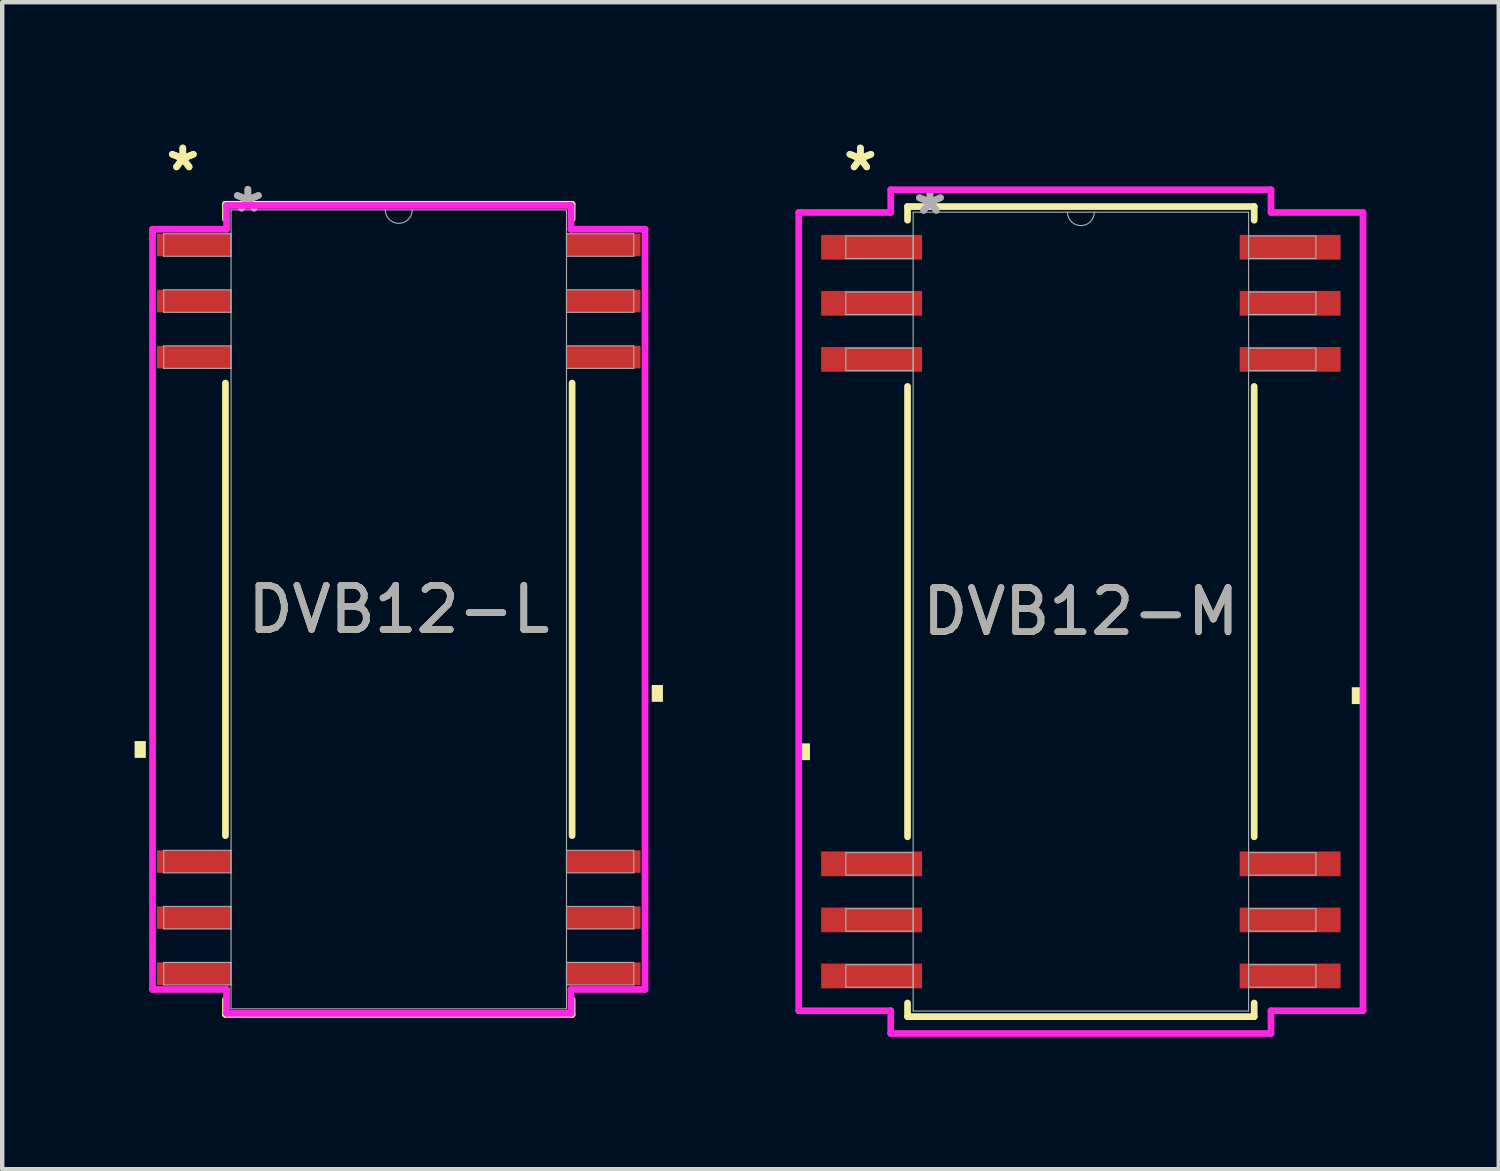
<source format=kicad_pcb>
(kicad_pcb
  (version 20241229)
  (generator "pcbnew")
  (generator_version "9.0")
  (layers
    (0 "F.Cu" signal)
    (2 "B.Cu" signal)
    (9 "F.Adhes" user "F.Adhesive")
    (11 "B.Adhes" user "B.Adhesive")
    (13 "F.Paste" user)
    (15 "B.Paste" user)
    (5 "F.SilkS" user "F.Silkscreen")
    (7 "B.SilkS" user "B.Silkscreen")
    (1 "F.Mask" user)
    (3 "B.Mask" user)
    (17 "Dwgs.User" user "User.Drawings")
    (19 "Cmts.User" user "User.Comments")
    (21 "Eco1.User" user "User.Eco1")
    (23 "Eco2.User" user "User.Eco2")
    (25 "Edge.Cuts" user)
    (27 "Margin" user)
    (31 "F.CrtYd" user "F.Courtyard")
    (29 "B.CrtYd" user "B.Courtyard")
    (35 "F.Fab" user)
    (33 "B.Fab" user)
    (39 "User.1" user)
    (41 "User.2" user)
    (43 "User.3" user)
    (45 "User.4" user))
  (footprint "DVB12-L"
    (layer "F.Cu")
    (at 5.985 10.756)
    (property "Reference" "DVB12-L" (at 0 0 0) (unlocked yes) (layer "F.SilkS") (effects (font (size 1 1) (thickness 0.15))))
    (attr smd)
    (fp_line (start -3.927 -9.177) (end -3.927 -8.843) (stroke (width 0.152) (type solid)) (layer "F.SilkS"))
    (fp_line (start -3.927 -5.127) (end -3.927 5.127) (stroke (width 0.152) (type solid)) (layer "F.SilkS"))
    (fp_line (start -3.927 8.843) (end -3.927 9.177) (stroke (width 0.152) (type solid)) (layer "F.SilkS"))
    (fp_line (start -3.927 9.177) (end 3.927 9.177) (stroke (width 0.152) (type solid)) (layer "F.SilkS"))
    (fp_line (start 3.927 -9.177) (end -3.927 -9.177) (stroke (width 0.152) (type solid)) (layer "F.SilkS"))
    (fp_line (start 3.927 -8.843) (end 3.927 -9.177) (stroke (width 0.152) (type solid)) (layer "F.SilkS"))
    (fp_line (start 3.927 5.127) (end 3.927 -5.127) (stroke (width 0.152) (type solid)) (layer "F.SilkS"))
    (fp_line (start 3.927 9.177) (end 3.927 8.843) (stroke (width 0.152) (type solid)) (layer "F.SilkS"))
    (fp_poly (pts (xy -5.985 2.985) (xy -5.985 3.365) (xy -5.731 3.365) (xy -5.731 2.985)) (stroke (width 0) (type solid)) (fill yes) (layer "F.SilkS"))
    (fp_poly (pts (xy 5.985 1.714) (xy 5.985 2.095) (xy 5.731 2.095) (xy 5.731 1.714)) (stroke (width 0) (type solid)) (fill yes) (layer "F.SilkS"))
    (fp_line (start -5.579 -8.612) (end -3.902 -8.612) (stroke (width 0.152) (type solid)) (layer "F.CrtYd"))
    (fp_line (start -5.579 8.612) (end -5.579 -8.612) (stroke (width 0.152) (type solid)) (layer "F.CrtYd"))
    (fp_line (start -5.579 8.612) (end -3.902 8.612) (stroke (width 0.152) (type solid)) (layer "F.CrtYd"))
    (fp_line (start -3.902 -9.152) (end 3.902 -9.152) (stroke (width 0.152) (type solid)) (layer "F.CrtYd"))
    (fp_line (start -3.902 -8.612) (end -3.902 -9.152) (stroke (width 0.152) (type solid)) (layer "F.CrtYd"))
    (fp_line (start -3.902 9.152) (end -3.902 8.612) (stroke (width 0.152) (type solid)) (layer "F.CrtYd"))
    (fp_line (start 3.902 -9.152) (end 3.902 -8.612) (stroke (width 0.152) (type solid)) (layer "F.CrtYd"))
    (fp_line (start 3.902 8.612) (end 3.902 9.152) (stroke (width 0.152) (type solid)) (layer "F.CrtYd"))
    (fp_line (start 3.902 9.152) (end -3.902 9.152) (stroke (width 0.152) (type solid)) (layer "F.CrtYd"))
    (fp_line (start 5.579 -8.612) (end 3.902 -8.612) (stroke (width 0.152) (type solid)) (layer "F.CrtYd"))
    (fp_line (start 5.579 -8.612) (end 5.579 8.612) (stroke (width 0.152) (type solid)) (layer "F.CrtYd"))
    (fp_line (start 5.579 8.612) (end 3.902 8.612) (stroke (width 0.152) (type solid)) (layer "F.CrtYd"))
    (fp_line (start -5.325 -8.51) (end -5.325 -8) (stroke (width 0.025) (type solid)) (layer "F.Fab"))
    (fp_line (start -5.325 -8) (end -3.8 -8) (stroke (width 0.025) (type solid)) (layer "F.Fab"))
    (fp_line (start -5.325 -7.24) (end -5.325 -6.73) (stroke (width 0.025) (type solid)) (layer "F.Fab"))
    (fp_line (start -5.325 -6.73) (end -3.8 -6.73) (stroke (width 0.025) (type solid)) (layer "F.Fab"))
    (fp_line (start -5.325 -5.97) (end -5.325 -5.46) (stroke (width 0.025) (type solid)) (layer "F.Fab"))
    (fp_line (start -5.325 -5.46) (end -3.8 -5.46) (stroke (width 0.025) (type solid)) (layer "F.Fab"))
    (fp_line (start -5.325 5.46) (end -5.325 5.97) (stroke (width 0.025) (type solid)) (layer "F.Fab"))
    (fp_line (start -5.325 5.97) (end -3.8 5.97) (stroke (width 0.025) (type solid)) (layer "F.Fab"))
    (fp_line (start -5.325 6.73) (end -5.325 7.24) (stroke (width 0.025) (type solid)) (layer "F.Fab"))
    (fp_line (start -5.325 7.24) (end -3.8 7.24) (stroke (width 0.025) (type solid)) (layer "F.Fab"))
    (fp_line (start -5.325 8) (end -5.325 8.51) (stroke (width 0.025) (type solid)) (layer "F.Fab"))
    (fp_line (start -5.325 8.51) (end -3.8 8.51) (stroke (width 0.025) (type solid)) (layer "F.Fab"))
    (fp_line (start -3.8 -9.05) (end -3.8 9.05) (stroke (width 0.025) (type solid)) (layer "F.Fab"))
    (fp_line (start -3.8 -8.51) (end -5.325 -8.51) (stroke (width 0.025) (type solid)) (layer "F.Fab"))
    (fp_line (start -3.8 -8) (end -3.8 -8.51) (stroke (width 0.025) (type solid)) (layer "F.Fab"))
    (fp_line (start -3.8 -7.24) (end -5.325 -7.24) (stroke (width 0.025) (type solid)) (layer "F.Fab"))
    (fp_line (start -3.8 -6.73) (end -3.8 -7.24) (stroke (width 0.025) (type solid)) (layer "F.Fab"))
    (fp_line (start -3.8 -5.97) (end -5.325 -5.97) (stroke (width 0.025) (type solid)) (layer "F.Fab"))
    (fp_line (start -3.8 -5.46) (end -3.8 -5.97) (stroke (width 0.025) (type solid)) (layer "F.Fab"))
    (fp_line (start -3.8 5.46) (end -5.325 5.46) (stroke (width 0.025) (type solid)) (layer "F.Fab"))
    (fp_line (start -3.8 5.97) (end -3.8 5.46) (stroke (width 0.025) (type solid)) (layer "F.Fab"))
    (fp_line (start -3.8 6.73) (end -5.325 6.73) (stroke (width 0.025) (type solid)) (layer "F.Fab"))
    (fp_line (start -3.8 7.24) (end -3.8 6.73) (stroke (width 0.025) (type solid)) (layer "F.Fab"))
    (fp_line (start -3.8 8) (end -5.325 8) (stroke (width 0.025) (type solid)) (layer "F.Fab"))
    (fp_line (start -3.8 8.51) (end -3.8 8) (stroke (width 0.025) (type solid)) (layer "F.Fab"))
    (fp_line (start -3.8 9.05) (end 3.8 9.05) (stroke (width 0.025) (type solid)) (layer "F.Fab"))
    (fp_line (start 3.8 -9.05) (end -3.8 -9.05) (stroke (width 0.025) (type solid)) (layer "F.Fab"))
    (fp_line (start 3.8 -8.51) (end 3.8 -8) (stroke (width 0.025) (type solid)) (layer "F.Fab"))
    (fp_line (start 3.8 -8) (end 5.325 -8) (stroke (width 0.025) (type solid)) (layer "F.Fab"))
    (fp_line (start 3.8 -7.24) (end 3.8 -6.73) (stroke (width 0.025) (type solid)) (layer "F.Fab"))
    (fp_line (start 3.8 -6.73) (end 5.325 -6.73) (stroke (width 0.025) (type solid)) (layer "F.Fab"))
    (fp_line (start 3.8 -5.97) (end 3.8 -5.46) (stroke (width 0.025) (type solid)) (layer "F.Fab"))
    (fp_line (start 3.8 -5.46) (end 5.325 -5.46) (stroke (width 0.025) (type solid)) (layer "F.Fab"))
    (fp_line (start 3.8 5.46) (end 3.8 5.97) (stroke (width 0.025) (type solid)) (layer "F.Fab"))
    (fp_line (start 3.8 5.97) (end 5.325 5.97) (stroke (width 0.025) (type solid)) (layer "F.Fab"))
    (fp_line (start 3.8 6.73) (end 3.8 7.24) (stroke (width 0.025) (type solid)) (layer "F.Fab"))
    (fp_line (start 3.8 7.24) (end 5.325 7.24) (stroke (width 0.025) (type solid)) (layer "F.Fab"))
    (fp_line (start 3.8 8) (end 3.8 8.51) (stroke (width 0.025) (type solid)) (layer "F.Fab"))
    (fp_line (start 3.8 8.51) (end 5.325 8.51) (stroke (width 0.025) (type solid)) (layer "F.Fab"))
    (fp_line (start 3.8 9.05) (end 3.8 -9.05) (stroke (width 0.025) (type solid)) (layer "F.Fab"))
    (fp_line (start 5.325 -8.51) (end 3.8 -8.51) (stroke (width 0.025) (type solid)) (layer "F.Fab"))
    (fp_line (start 5.325 -8) (end 5.325 -8.51) (stroke (width 0.025) (type solid)) (layer "F.Fab"))
    (fp_line (start 5.325 -7.24) (end 3.8 -7.24) (stroke (width 0.025) (type solid)) (layer "F.Fab"))
    (fp_line (start 5.325 -6.73) (end 5.325 -7.24) (stroke (width 0.025) (type solid)) (layer "F.Fab"))
    (fp_line (start 5.325 -5.97) (end 3.8 -5.97) (stroke (width 0.025) (type solid)) (layer "F.Fab"))
    (fp_line (start 5.325 -5.46) (end 5.325 -5.97) (stroke (width 0.025) (type solid)) (layer "F.Fab"))
    (fp_line (start 5.325 5.46) (end 3.8 5.46) (stroke (width 0.025) (type solid)) (layer "F.Fab"))
    (fp_line (start 5.325 5.97) (end 5.325 5.46) (stroke (width 0.025) (type solid)) (layer "F.Fab"))
    (fp_line (start 5.325 6.73) (end 3.8 6.73) (stroke (width 0.025) (type solid)) (layer "F.Fab"))
    (fp_line (start 5.325 7.24) (end 5.325 6.73) (stroke (width 0.025) (type solid)) (layer "F.Fab"))
    (fp_line (start 5.325 8) (end 3.8 8) (stroke (width 0.025) (type solid)) (layer "F.Fab"))
    (fp_line (start 5.325 8.51) (end 5.325 8) (stroke (width 0.025) (type solid)) (layer "F.Fab"))
    (fp_arc (start 0.3048 -9.05) (mid 0 -8.7452) (end -0.3048 -9.05) (stroke (width 0.0254) (type solid)) (layer "F.Fab"))
    (fp_text user "*" (at -4.893 -9.908 0) (layer "F.SilkS") (effects (font (size 1 1) (thickness 0.15))))
    (fp_text user "*" (at -4.893 -9.908 0) (unlocked yes) (layer "F.SilkS") (effects (font (size 1 1) (thickness 0.15))))
    (fp_text user "${REFERENCE}" (at 0 0 0) (unlocked yes) (layer "F.Fab") (effects (font (size 1 1) (thickness 0.15))))
    (fp_text user "*" (at -3.419 -8.974 0) (unlocked yes) (layer "F.Fab") (effects (font (size 1 1) (thickness 0.15))))
    (fp_text user "*" (at -3.419 -8.974 0) (layer "F.Fab") (effects (font (size 1 1) (thickness 0.15))))
    (pad "1" smd rect (at -4.639 -8.255) (size 1.676 0.51) (layers "F.Cu" "F.Mask" "F.Paste"))
    (pad "2" smd rect (at -4.639 -6.985) (size 1.676 0.51) (layers "F.Cu" "F.Mask" "F.Paste"))
    (pad "3" smd rect (at -4.639 -5.715) (size 1.676 0.51) (layers "F.Cu" "F.Mask" "F.Paste"))
    (pad "12" smd rect (at -4.639 5.715) (size 1.676 0.51) (layers "F.Cu" "F.Mask" "F.Paste"))
    (pad "13" smd rect (at -4.639 6.985) (size 1.676 0.51) (layers "F.Cu" "F.Mask" "F.Paste"))
    (pad "14" smd rect (at -4.639 8.255) (size 1.676 0.51) (layers "F.Cu" "F.Mask" "F.Paste"))
    (pad "15" smd rect (at 4.639 8.255) (size 1.676 0.51) (layers "F.Cu" "F.Mask" "F.Paste"))
    (pad "16" smd rect (at 4.639 6.985) (size 1.676 0.51) (layers "F.Cu" "F.Mask" "F.Paste"))
    (pad "17" smd rect (at 4.639 5.715) (size 1.676 0.51) (layers "F.Cu" "F.Mask" "F.Paste"))
    (pad "26" smd rect (at 4.639 -5.715) (size 1.676 0.51) (layers "F.Cu" "F.Mask" "F.Paste"))
    (pad "27" smd rect (at 4.639 -6.985) (size 1.676 0.51) (layers "F.Cu" "F.Mask" "F.Paste"))
    (pad "28" smd rect (at 4.639 -8.255) (size 1.676 0.51) (layers "F.Cu" "F.Mask" "F.Paste")))
  (footprint "DVB12-M"
    (layer "F.Cu")
    (at 21.439 10.807)
    (property "Reference" "DVB12-M" (at 0 0 0) (unlocked yes) (layer "F.SilkS") (effects (font (size 1 1) (thickness 0.15))))
    (attr smd)
    (fp_line (start -3.927 -9.177) (end -3.927 -8.868) (stroke (width 0.152) (type solid)) (layer "F.SilkS"))
    (fp_line (start -3.927 -5.102) (end -3.927 5.102) (stroke (width 0.152) (type solid)) (layer "F.SilkS"))
    (fp_line (start -3.927 8.868) (end -3.927 9.177) (stroke (width 0.152) (type solid)) (layer "F.SilkS"))
    (fp_line (start -3.927 9.177) (end 3.927 9.177) (stroke (width 0.152) (type solid)) (layer "F.SilkS"))
    (fp_line (start 3.927 -9.177) (end -3.927 -9.177) (stroke (width 0.152) (type solid)) (layer "F.SilkS"))
    (fp_line (start 3.927 -8.868) (end 3.927 -9.177) (stroke (width 0.152) (type solid)) (layer "F.SilkS"))
    (fp_line (start 3.927 5.102) (end 3.927 -5.102) (stroke (width 0.152) (type solid)) (layer "F.SilkS"))
    (fp_line (start 3.927 9.177) (end 3.927 8.868) (stroke (width 0.152) (type solid)) (layer "F.SilkS"))
    (fp_poly (pts (xy -6.392 2.985) (xy -6.392 3.365) (xy -6.138 3.365) (xy -6.138 2.985)) (stroke (width 0) (type solid)) (fill yes) (layer "F.SilkS"))
    (fp_poly (pts (xy 6.392 1.714) (xy 6.392 2.095) (xy 6.138 2.095) (xy 6.138 1.714)) (stroke (width 0) (type solid)) (fill yes) (layer "F.SilkS"))
    (fp_line (start -6.392 -9.043) (end -4.308 -9.043) (stroke (width 0.152) (type solid)) (layer "F.CrtYd"))
    (fp_line (start -6.392 9.043) (end -6.392 -9.043) (stroke (width 0.152) (type solid)) (layer "F.CrtYd"))
    (fp_line (start -6.392 9.043) (end -4.308 9.043) (stroke (width 0.152) (type solid)) (layer "F.CrtYd"))
    (fp_line (start -4.308 -9.558) (end 4.308 -9.558) (stroke (width 0.152) (type solid)) (layer "F.CrtYd"))
    (fp_line (start -4.308 -9.043) (end -4.308 -9.558) (stroke (width 0.152) (type solid)) (layer "F.CrtYd"))
    (fp_line (start -4.308 9.558) (end -4.308 9.043) (stroke (width 0.152) (type solid)) (layer "F.CrtYd"))
    (fp_line (start 4.308 -9.558) (end 4.308 -9.043) (stroke (width 0.152) (type solid)) (layer "F.CrtYd"))
    (fp_line (start 4.308 9.043) (end 4.308 9.558) (stroke (width 0.152) (type solid)) (layer "F.CrtYd"))
    (fp_line (start 4.308 9.558) (end -4.308 9.558) (stroke (width 0.152) (type solid)) (layer "F.CrtYd"))
    (fp_line (start 6.392 -9.043) (end 4.308 -9.043) (stroke (width 0.152) (type solid)) (layer "F.CrtYd"))
    (fp_line (start 6.392 -9.043) (end 6.392 9.043) (stroke (width 0.152) (type solid)) (layer "F.CrtYd"))
    (fp_line (start 6.392 9.043) (end 4.308 9.043) (stroke (width 0.152) (type solid)) (layer "F.CrtYd"))
    (fp_line (start -5.325 -8.51) (end -5.325 -8) (stroke (width 0.025) (type solid)) (layer "F.Fab"))
    (fp_line (start -5.325 -8) (end -3.8 -8) (stroke (width 0.025) (type solid)) (layer "F.Fab"))
    (fp_line (start -5.325 -7.24) (end -5.325 -6.73) (stroke (width 0.025) (type solid)) (layer "F.Fab"))
    (fp_line (start -5.325 -6.73) (end -3.8 -6.73) (stroke (width 0.025) (type solid)) (layer "F.Fab"))
    (fp_line (start -5.325 -5.97) (end -5.325 -5.46) (stroke (width 0.025) (type solid)) (layer "F.Fab"))
    (fp_line (start -5.325 -5.46) (end -3.8 -5.46) (stroke (width 0.025) (type solid)) (layer "F.Fab"))
    (fp_line (start -5.325 5.46) (end -5.325 5.97) (stroke (width 0.025) (type solid)) (layer "F.Fab"))
    (fp_line (start -5.325 5.97) (end -3.8 5.97) (stroke (width 0.025) (type solid)) (layer "F.Fab"))
    (fp_line (start -5.325 6.73) (end -5.325 7.24) (stroke (width 0.025) (type solid)) (layer "F.Fab"))
    (fp_line (start -5.325 7.24) (end -3.8 7.24) (stroke (width 0.025) (type solid)) (layer "F.Fab"))
    (fp_line (start -5.325 8) (end -5.325 8.51) (stroke (width 0.025) (type solid)) (layer "F.Fab"))
    (fp_line (start -5.325 8.51) (end -3.8 8.51) (stroke (width 0.025) (type solid)) (layer "F.Fab"))
    (fp_line (start -3.8 -9.05) (end -3.8 9.05) (stroke (width 0.025) (type solid)) (layer "F.Fab"))
    (fp_line (start -3.8 -8.51) (end -5.325 -8.51) (stroke (width 0.025) (type solid)) (layer "F.Fab"))
    (fp_line (start -3.8 -8) (end -3.8 -8.51) (stroke (width 0.025) (type solid)) (layer "F.Fab"))
    (fp_line (start -3.8 -7.24) (end -5.325 -7.24) (stroke (width 0.025) (type solid)) (layer "F.Fab"))
    (fp_line (start -3.8 -6.73) (end -3.8 -7.24) (stroke (width 0.025) (type solid)) (layer "F.Fab"))
    (fp_line (start -3.8 -5.97) (end -5.325 -5.97) (stroke (width 0.025) (type solid)) (layer "F.Fab"))
    (fp_line (start -3.8 -5.46) (end -3.8 -5.97) (stroke (width 0.025) (type solid)) (layer "F.Fab"))
    (fp_line (start -3.8 5.46) (end -5.325 5.46) (stroke (width 0.025) (type solid)) (layer "F.Fab"))
    (fp_line (start -3.8 5.97) (end -3.8 5.46) (stroke (width 0.025) (type solid)) (layer "F.Fab"))
    (fp_line (start -3.8 6.73) (end -5.325 6.73) (stroke (width 0.025) (type solid)) (layer "F.Fab"))
    (fp_line (start -3.8 7.24) (end -3.8 6.73) (stroke (width 0.025) (type solid)) (layer "F.Fab"))
    (fp_line (start -3.8 8) (end -5.325 8) (stroke (width 0.025) (type solid)) (layer "F.Fab"))
    (fp_line (start -3.8 8.51) (end -3.8 8) (stroke (width 0.025) (type solid)) (layer "F.Fab"))
    (fp_line (start -3.8 9.05) (end 3.8 9.05) (stroke (width 0.025) (type solid)) (layer "F.Fab"))
    (fp_line (start 3.8 -9.05) (end -3.8 -9.05) (stroke (width 0.025) (type solid)) (layer "F.Fab"))
    (fp_line (start 3.8 -8.51) (end 3.8 -8) (stroke (width 0.025) (type solid)) (layer "F.Fab"))
    (fp_line (start 3.8 -8) (end 5.325 -8) (stroke (width 0.025) (type solid)) (layer "F.Fab"))
    (fp_line (start 3.8 -7.24) (end 3.8 -6.73) (stroke (width 0.025) (type solid)) (layer "F.Fab"))
    (fp_line (start 3.8 -6.73) (end 5.325 -6.73) (stroke (width 0.025) (type solid)) (layer "F.Fab"))
    (fp_line (start 3.8 -5.97) (end 3.8 -5.46) (stroke (width 0.025) (type solid)) (layer "F.Fab"))
    (fp_line (start 3.8 -5.46) (end 5.325 -5.46) (stroke (width 0.025) (type solid)) (layer "F.Fab"))
    (fp_line (start 3.8 5.46) (end 3.8 5.97) (stroke (width 0.025) (type solid)) (layer "F.Fab"))
    (fp_line (start 3.8 5.97) (end 5.325 5.97) (stroke (width 0.025) (type solid)) (layer "F.Fab"))
    (fp_line (start 3.8 6.73) (end 3.8 7.24) (stroke (width 0.025) (type solid)) (layer "F.Fab"))
    (fp_line (start 3.8 7.24) (end 5.325 7.24) (stroke (width 0.025) (type solid)) (layer "F.Fab"))
    (fp_line (start 3.8 8) (end 3.8 8.51) (stroke (width 0.025) (type solid)) (layer "F.Fab"))
    (fp_line (start 3.8 8.51) (end 5.325 8.51) (stroke (width 0.025) (type solid)) (layer "F.Fab"))
    (fp_line (start 3.8 9.05) (end 3.8 -9.05) (stroke (width 0.025) (type solid)) (layer "F.Fab"))
    (fp_line (start 5.325 -8.51) (end 3.8 -8.51) (stroke (width 0.025) (type solid)) (layer "F.Fab"))
    (fp_line (start 5.325 -8) (end 5.325 -8.51) (stroke (width 0.025) (type solid)) (layer "F.Fab"))
    (fp_line (start 5.325 -7.24) (end 3.8 -7.24) (stroke (width 0.025) (type solid)) (layer "F.Fab"))
    (fp_line (start 5.325 -6.73) (end 5.325 -7.24) (stroke (width 0.025) (type solid)) (layer "F.Fab"))
    (fp_line (start 5.325 -5.97) (end 3.8 -5.97) (stroke (width 0.025) (type solid)) (layer "F.Fab"))
    (fp_line (start 5.325 -5.46) (end 5.325 -5.97) (stroke (width 0.025) (type solid)) (layer "F.Fab"))
    (fp_line (start 5.325 5.46) (end 3.8 5.46) (stroke (width 0.025) (type solid)) (layer "F.Fab"))
    (fp_line (start 5.325 5.97) (end 5.325 5.46) (stroke (width 0.025) (type solid)) (layer "F.Fab"))
    (fp_line (start 5.325 6.73) (end 3.8 6.73) (stroke (width 0.025) (type solid)) (layer "F.Fab"))
    (fp_line (start 5.325 7.24) (end 5.325 6.73) (stroke (width 0.025) (type solid)) (layer "F.Fab"))
    (fp_line (start 5.325 8) (end 3.8 8) (stroke (width 0.025) (type solid)) (layer "F.Fab"))
    (fp_line (start 5.325 8.51) (end 5.325 8) (stroke (width 0.025) (type solid)) (layer "F.Fab"))
    (fp_arc (start 0.3048 -9.05) (mid 0 -8.7452) (end -0.3048 -9.05) (stroke (width 0.0254) (type solid)) (layer "F.Fab"))
    (fp_text user "*" (at -4.995 -9.959 0) (layer "F.SilkS") (effects (font (size 1 1) (thickness 0.15))))
    (fp_text user "*" (at -4.995 -9.959 0) (unlocked yes) (layer "F.SilkS") (effects (font (size 1 1) (thickness 0.15))))
    (fp_text user "*" (at -3.419 -8.974 0) (layer "F.Fab") (effects (font (size 1 1) (thickness 0.15))))
    (fp_text user "${REFERENCE}" (at 0 0 0) (unlocked yes) (layer "F.Fab") (effects (font (size 1 1) (thickness 0.15))))
    (fp_text user "*" (at -3.419 -8.974 0) (unlocked yes) (layer "F.Fab") (effects (font (size 1 1) (thickness 0.15))))
    (pad "1" smd rect (at -4.741 -8.255) (size 2.286 0.561) (layers "F.Cu" "F.Mask" "F.Paste"))
    (pad "2" smd rect (at -4.741 -6.985) (size 2.286 0.561) (layers "F.Cu" "F.Mask" "F.Paste"))
    (pad "3" smd rect (at -4.741 -5.715) (size 2.286 0.561) (layers "F.Cu" "F.Mask" "F.Paste"))
    (pad "12" smd rect (at -4.741 5.715) (size 2.286 0.561) (layers "F.Cu" "F.Mask" "F.Paste"))
    (pad "13" smd rect (at -4.741 6.985) (size 2.286 0.561) (layers "F.Cu" "F.Mask" "F.Paste"))
    (pad "14" smd rect (at -4.741 8.255) (size 2.286 0.561) (layers "F.Cu" "F.Mask" "F.Paste"))
    (pad "15" smd rect (at 4.741 8.255) (size 2.286 0.561) (layers "F.Cu" "F.Mask" "F.Paste"))
    (pad "16" smd rect (at 4.741 6.985) (size 2.286 0.561) (layers "F.Cu" "F.Mask" "F.Paste"))
    (pad "17" smd rect (at 4.741 5.715) (size 2.286 0.561) (layers "F.Cu" "F.Mask" "F.Paste"))
    (pad "26" smd rect (at 4.741 -5.715) (size 2.286 0.561) (layers "F.Cu" "F.Mask" "F.Paste"))
    (pad "27" smd rect (at 4.741 -6.985) (size 2.286 0.561) (layers "F.Cu" "F.Mask" "F.Paste"))
    (pad "28" smd rect (at 4.741 -8.255) (size 2.286 0.561) (layers "F.Cu" "F.Mask" "F.Paste")))
  (gr_rect
    (start -3 -3)
    (end 30.907 23.441)
    (stroke (width 0.1) (type default))
    (fill no)
    (layer "Edge.Cuts")))
</source>
